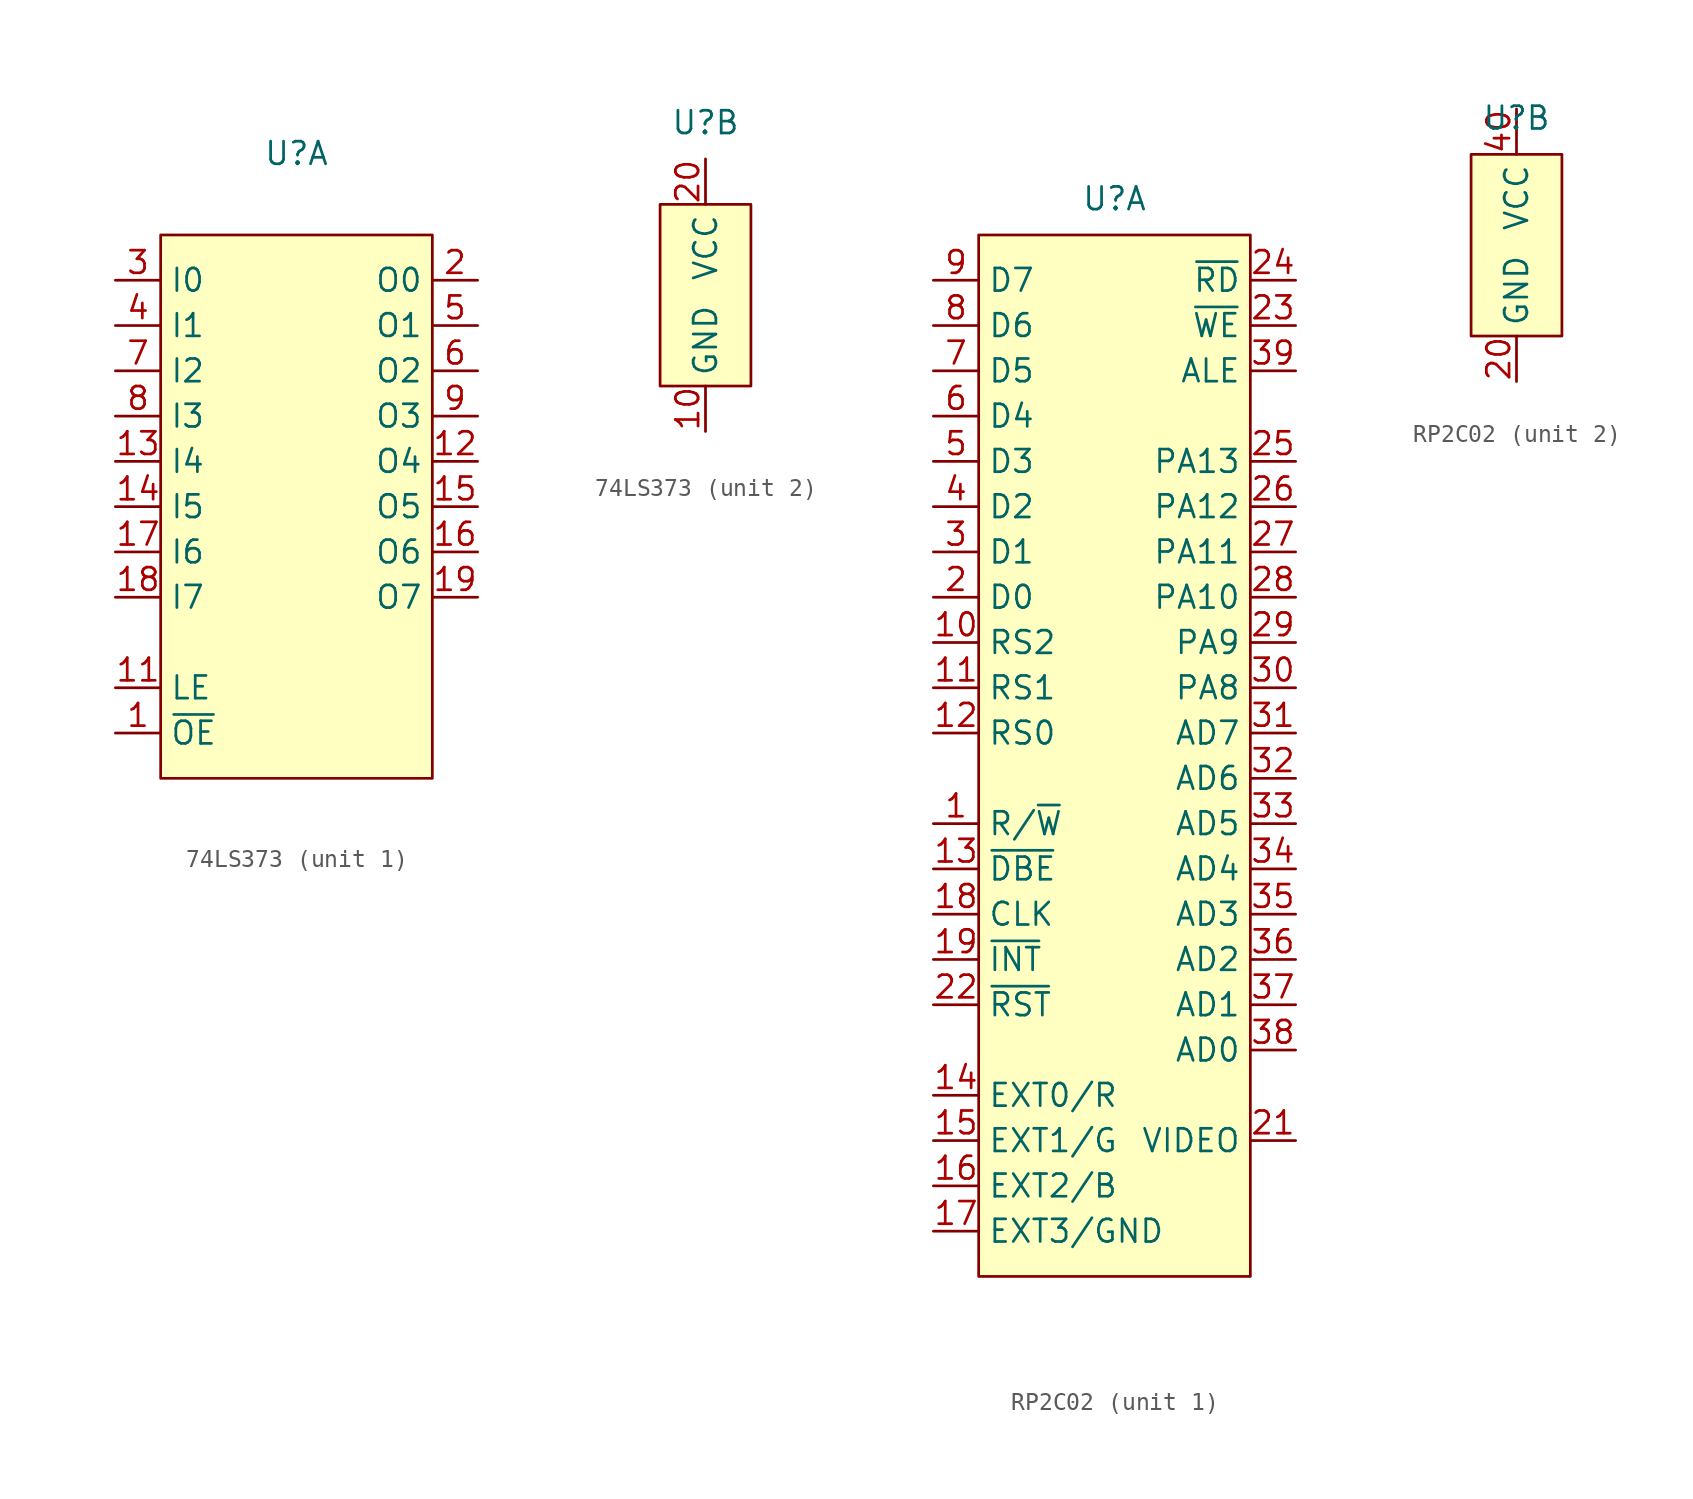
<source format=kicad_sym>
(kicad_symbol_lib
  (version 20241209)
  (generator "kicad_symbol_editor")
  (generator_version "9.0")
  (symbol "74LS373"
    (property "Reference" "U"
      (at 0 4.572 0)
      (effects (font (size 1.27 1.27))))
    (property "Value" ""
      (at 0 0 0)
      (effects (font (size 1.27 1.27))))
    (property "ki_locked" ""
      (at 0 0 0)
      (effects (font (size 1.27 1.27))))
    (symbol "74LS373_1_0"
      (pin input line (at -10.16 -2.54 0) (length 2.54) (name "I0" (effects (font (size 1.27 1.27)))) (number "3" (effects (font (size 1.27 1.27)))))
      (pin input line (at -10.16 -5.08 0) (length 2.54) (name "I1" (effects (font (size 1.27 1.27)))) (number "4" (effects (font (size 1.27 1.27)))))
      (pin input line (at -10.16 -7.62 0) (length 2.54) (name "I2" (effects (font (size 1.27 1.27)))) (number "7" (effects (font (size 1.27 1.27)))))
      (pin input line (at -10.16 -10.16 0) (length 2.54) (name "I3" (effects (font (size 1.27 1.27)))) (number "8" (effects (font (size 1.27 1.27)))))
      (pin input line (at -10.16 -12.7 0) (length 2.54) (name "I4" (effects (font (size 1.27 1.27)))) (number "13" (effects (font (size 1.27 1.27)))))
      (pin input line (at -10.16 -15.24 0) (length 2.54) (name "I5" (effects (font (size 1.27 1.27)))) (number "14" (effects (font (size 1.27 1.27)))))
      (pin input line (at -10.16 -17.78 0) (length 2.54) (name "I6" (effects (font (size 1.27 1.27)))) (number "17" (effects (font (size 1.27 1.27)))))
      (pin input line (at -10.16 -20.32 0) (length 2.54) (name "I7" (effects (font (size 1.27 1.27)))) (number "18" (effects (font (size 1.27 1.27)))))
      (pin input line (at -10.16 -25.4 0) (length 2.54) (name "LE" (effects (font (size 1.27 1.27)))) (number "11" (effects (font (size 1.27 1.27)))))
      (pin input line (at -10.16 -27.94 0) (length 2.54) (name "~{OE}" (effects (font (size 1.27 1.27)))) (number "1" (effects (font (size 1.27 1.27)))))
      (pin tri_state line (at 10.16 -2.54 180) (length 2.54) (name "O0" (effects (font (size 1.27 1.27)))) (number "2" (effects (font (size 1.27 1.27)))))
      (pin tri_state line (at 10.16 -5.08 180) (length 2.54) (name "O1" (effects (font (size 1.27 1.27)))) (number "5" (effects (font (size 1.27 1.27)))))
      (pin tri_state line (at 10.16 -7.62 180) (length 2.54) (name "O2" (effects (font (size 1.27 1.27)))) (number "6" (effects (font (size 1.27 1.27)))))
      (pin tri_state line (at 10.16 -10.16 180) (length 2.54) (name "O3" (effects (font (size 1.27 1.27)))) (number "9" (effects (font (size 1.27 1.27)))))
      (pin tri_state line (at 10.16 -12.7 180) (length 2.54) (name "O4" (effects (font (size 1.27 1.27)))) (number "12" (effects (font (size 1.27 1.27)))))
      (pin tri_state line (at 10.16 -15.24 180) (length 2.54) (name "O5" (effects (font (size 1.27 1.27)))) (number "15" (effects (font (size 1.27 1.27)))))
      (pin tri_state line (at 10.16 -17.78 180) (length 2.54) (name "O6" (effects (font (size 1.27 1.27)))) (number "16" (effects (font (size 1.27 1.27)))))
      (pin tri_state line (at 10.16 -20.32 180) (length 2.54) (name "O7" (effects (font (size 1.27 1.27)))) (number "19" (effects (font (size 1.27 1.27))))))
    (symbol "74LS373_1_1"
      (rectangle (start -7.62 0) (end 7.62 -30.48) (stroke (width 0) (type solid)) (fill (type background))))
    (symbol "74LS373_2_0"
      (pin power_in line (at 0 2.54 270) (length 2.54) (name "VCC" (effects (font (size 1.27 1.27)))) (number "20" (effects (font (size 1.27 1.27)))))
      (pin power_in line (at 0 -12.7 90) (length 2.54) (name "GND" (effects (font (size 1.27 1.27)))) (number "10" (effects (font (size 1.27 1.27))))))
    (symbol "74LS373_2_1"
      (rectangle (start -2.54 0) (end 2.54 -10.16) (stroke (width 0) (type solid)) (fill (type background)))))
  (symbol "RP2C02"
    (property "Reference" "U"
      (at 0 2.032 0)
      (effects (font (size 1.27 1.27))))
    (property "Value" ""
      (at 0 0 0)
      (effects (font (size 1.27 1.27))))
    (property "ki_locked" ""
      (at 0 0 0)
      (effects (font (size 1.27 1.27))))
    (symbol "RP2C02_1_0"
      (pin bidirectional line (at -10.16 -2.54 0) (length 2.54) (name "D7" (effects (font (size 1.27 1.27)))) (number "9" (effects (font (size 1.27 1.27)))))
      (pin bidirectional line (at -10.16 -5.08 0) (length 2.54) (name "D6" (effects (font (size 1.27 1.27)))) (number "8" (effects (font (size 1.27 1.27)))))
      (pin bidirectional line (at -10.16 -7.62 0) (length 2.54) (name "D5" (effects (font (size 1.27 1.27)))) (number "7" (effects (font (size 1.27 1.27)))))
      (pin bidirectional line (at -10.16 -10.16 0) (length 2.54) (name "D4" (effects (font (size 1.27 1.27)))) (number "6" (effects (font (size 1.27 1.27)))))
      (pin bidirectional line (at -10.16 -12.7 0) (length 2.54) (name "D3" (effects (font (size 1.27 1.27)))) (number "5" (effects (font (size 1.27 1.27)))))
      (pin bidirectional line (at -10.16 -15.24 0) (length 2.54) (name "D2" (effects (font (size 1.27 1.27)))) (number "4" (effects (font (size 1.27 1.27)))))
      (pin bidirectional line (at -10.16 -17.78 0) (length 2.54) (name "D1" (effects (font (size 1.27 1.27)))) (number "3" (effects (font (size 1.27 1.27)))))
      (pin bidirectional line (at -10.16 -20.32 0) (length 2.54) (name "D0" (effects (font (size 1.27 1.27)))) (number "2" (effects (font (size 1.27 1.27)))))
      (pin input line (at -10.16 -22.86 0) (length 2.54) (name "RS2" (effects (font (size 1.27 1.27)))) (number "10" (effects (font (size 1.27 1.27)))))
      (pin input line (at -10.16 -25.4 0) (length 2.54) (name "RS1" (effects (font (size 1.27 1.27)))) (number "11" (effects (font (size 1.27 1.27)))))
      (pin input line (at -10.16 -27.94 0) (length 2.54) (name "RS0" (effects (font (size 1.27 1.27)))) (number "12" (effects (font (size 1.27 1.27)))))
      (pin input line (at -10.16 -33.02 0) (length 2.54) (name "R/~{W}" (effects (font (size 1.27 1.27)))) (number "1" (effects (font (size 1.27 1.27)))))
      (pin input line (at -10.16 -35.56 0) (length 2.54) (name "~{DBE}" (effects (font (size 1.27 1.27)))) (number "13" (effects (font (size 1.27 1.27)))))
      (pin input line (at -10.16 -38.1 0) (length 2.54) (name "CLK" (effects (font (size 1.27 1.27)))) (number "18" (effects (font (size 1.27 1.27)))))
      (pin open_collector line (at -10.16 -40.64 0) (length 2.54) (name "~{INT}" (effects (font (size 1.27 1.27)))) (number "19" (effects (font (size 1.27 1.27)))))
      (pin input line (at -10.16 -43.18 0) (length 2.54) (name "~{RST}" (effects (font (size 1.27 1.27)))) (number "22" (effects (font (size 1.27 1.27)))))
      (pin passive line (at -10.16 -48.26 0) (length 2.54) (name "EXT0/R" (effects (font (size 1.27 1.27)))) (number "14" (effects (font (size 1.27 1.27)))))
      (pin passive line (at -10.16 -50.8 0) (length 2.54) (name "EXT1/G" (effects (font (size 1.27 1.27)))) (number "15" (effects (font (size 1.27 1.27)))))
      (pin passive line (at -10.16 -53.34 0) (length 2.54) (name "EXT2/B" (effects (font (size 1.27 1.27)))) (number "16" (effects (font (size 1.27 1.27)))))
      (pin passive line (at -10.16 -55.88 0) (length 2.54) (name "EXT3/GND" (effects (font (size 1.27 1.27)))) (number "17" (effects (font (size 1.27 1.27)))))
      (pin output line (at 10.16 -2.54 180) (length 2.54) (name "~{RD}" (effects (font (size 1.27 1.27)))) (number "24" (effects (font (size 1.27 1.27)))))
      (pin output line (at 10.16 -5.08 180) (length 2.54) (name "~{WE}" (effects (font (size 1.27 1.27)))) (number "23" (effects (font (size 1.27 1.27)))))
      (pin output line (at 10.16 -7.62 180) (length 2.54) (name "ALE" (effects (font (size 1.27 1.27)))) (number "39" (effects (font (size 1.27 1.27)))))
      (pin output line (at 10.16 -12.7 180) (length 2.54) (name "PA13" (effects (font (size 1.27 1.27)))) (number "25" (effects (font (size 1.27 1.27)))))
      (pin output line (at 10.16 -15.24 180) (length 2.54) (name "PA12" (effects (font (size 1.27 1.27)))) (number "26" (effects (font (size 1.27 1.27)))))
      (pin output line (at 10.16 -17.78 180) (length 2.54) (name "PA11" (effects (font (size 1.27 1.27)))) (number "27" (effects (font (size 1.27 1.27)))))
      (pin output line (at 10.16 -20.32 180) (length 2.54) (name "PA10" (effects (font (size 1.27 1.27)))) (number "28" (effects (font (size 1.27 1.27)))))
      (pin output line (at 10.16 -22.86 180) (length 2.54) (name "PA9" (effects (font (size 1.27 1.27)))) (number "29" (effects (font (size 1.27 1.27)))))
      (pin output line (at 10.16 -25.4 180) (length 2.54) (name "PA8" (effects (font (size 1.27 1.27)))) (number "30" (effects (font (size 1.27 1.27)))))
      (pin bidirectional line (at 10.16 -27.94 180) (length 2.54) (name "AD7" (effects (font (size 1.27 1.27)))) (number "31" (effects (font (size 1.27 1.27)))))
      (pin bidirectional line (at 10.16 -30.48 180) (length 2.54) (name "AD6" (effects (font (size 1.27 1.27)))) (number "32" (effects (font (size 1.27 1.27)))))
      (pin bidirectional line (at 10.16 -33.02 180) (length 2.54) (name "AD5" (effects (font (size 1.27 1.27)))) (number "33" (effects (font (size 1.27 1.27)))))
      (pin bidirectional line (at 10.16 -35.56 180) (length 2.54) (name "AD4" (effects (font (size 1.27 1.27)))) (number "34" (effects (font (size 1.27 1.27)))))
      (pin bidirectional line (at 10.16 -38.1 180) (length 2.54) (name "AD3" (effects (font (size 1.27 1.27)))) (number "35" (effects (font (size 1.27 1.27)))))
      (pin bidirectional line (at 10.16 -40.64 180) (length 2.54) (name "AD2" (effects (font (size 1.27 1.27)))) (number "36" (effects (font (size 1.27 1.27)))))
      (pin bidirectional line (at 10.16 -43.18 180) (length 2.54) (name "AD1" (effects (font (size 1.27 1.27)))) (number "37" (effects (font (size 1.27 1.27)))))
      (pin bidirectional line (at 10.16 -45.72 180) (length 2.54) (name "AD0" (effects (font (size 1.27 1.27)))) (number "38" (effects (font (size 1.27 1.27)))))
      (pin output line (at 10.16 -50.8 180) (length 2.54) (name "VIDEO" (effects (font (size 1.27 1.27)))) (number "21" (effects (font (size 1.27 1.27))))))
    (symbol "RP2C02_1_1"
      (rectangle (start -7.62 0) (end 7.62 -58.42) (stroke (width 0) (type solid)) (fill (type background))))
    (symbol "RP2C02_2_0"
      (pin power_in line (at 0 2.54 270) (length 2.54) (name "VCC" (effects (font (size 1.27 1.27)))) (number "40" (effects (font (size 1.27 1.27)))))
      (pin power_in line (at 0 -12.7 90) (length 2.54) (name "GND" (effects (font (size 1.27 1.27)))) (number "20" (effects (font (size 1.27 1.27))))))
    (symbol "RP2C02_2_1"
      (rectangle (start -2.54 0) (end 2.54 -10.16) (stroke (width 0) (type solid)) (fill (type background))))))
</source>
